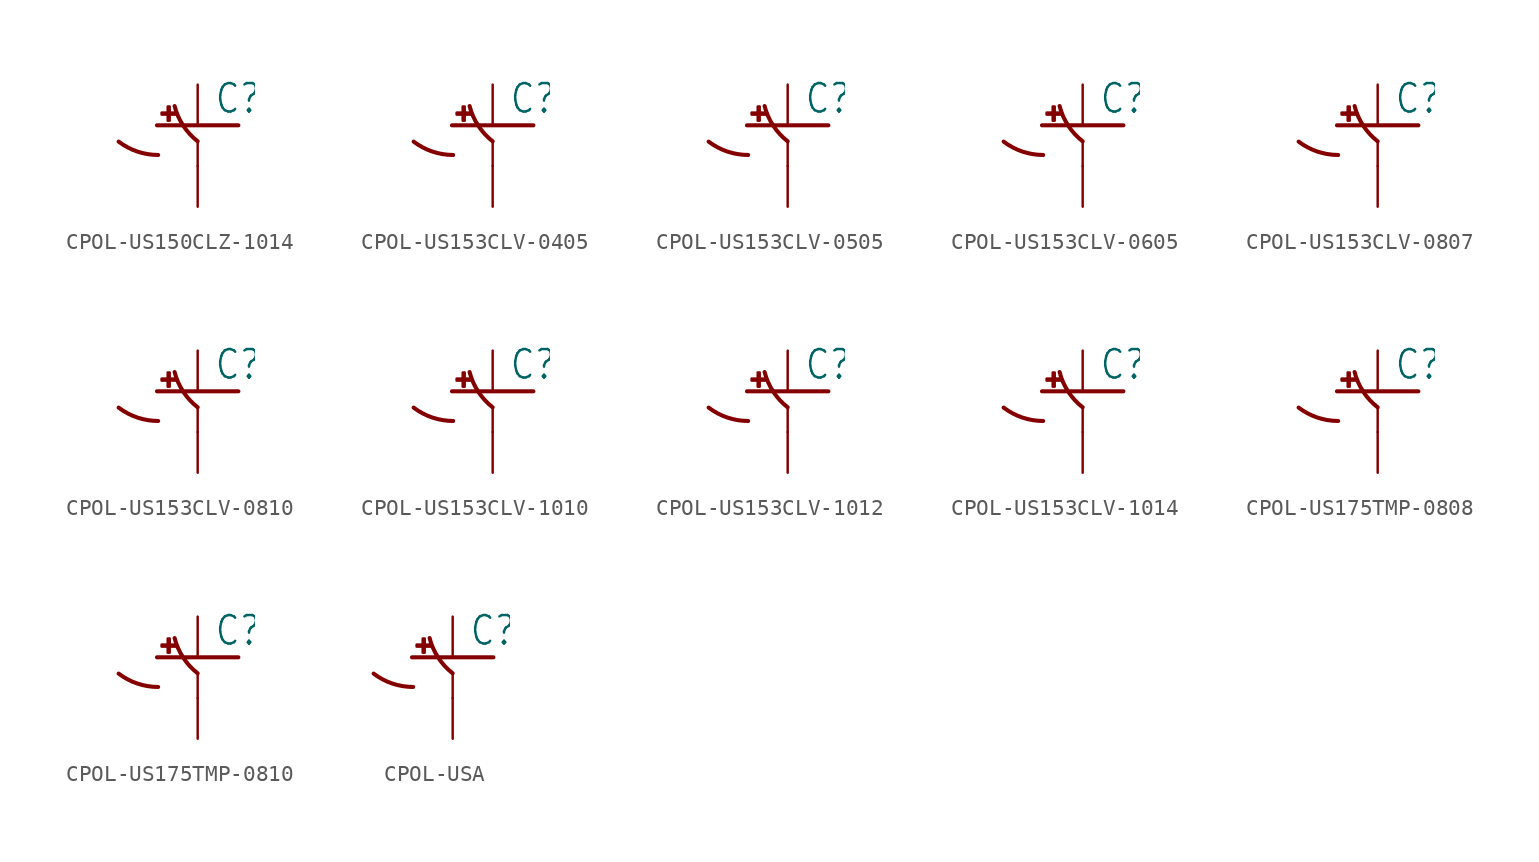
<source format=kicad_sym>
(kicad_symbol_lib
  (version 20241209)
  (generator "kicad_symbol_editor")
  (generator_version "9.0")
  (symbol "CPOL-US150CLZ-1014"
    (property "Reference" "C"
      (at 1.016 0.635 0)
      (effects (font (size 1.778 1.511)) (justify left bottom)))
    (property "Value" ""
      (at 1.016 -4.191 0)
      (effects (font (size 1.778 1.511)) (justify left bottom)))
    (property "ki_locked" ""
      (at 0 0 0)
      (effects (font (size 1.27 1.27))))
    (symbol "CPOL-US150CLZ-1014_1_0"
      (polyline (pts (xy -2.54 0) (xy 2.54 0)) (stroke (width 0.254) (type solid)) (fill (type none)))
      (arc (start -2.4669 -1.8504) (mid -3.7689 -1.6361) (end -4.9337 -1.0159) (stroke (width 0.254) (type solid)) (fill (type none)))
      (rectangle (start -2.253 0.668) (end -1.364 0.795) (stroke (width 0) (type default)) (fill (type outline)))
      (rectangle (start -1.872 0.287) (end -1.745 1.176) (stroke (width 0) (type default)) (fill (type outline)))
      (polyline (pts (xy 0 -1.016) (xy 0 -2.54)) (stroke (width 0.152) (type solid)) (fill (type none)))
      (arc (start 0 -1) (mid -0.9038 -0.0189) (end -1.4403 1.2025) (stroke (width 0.254) (type solid)) (fill (type none)))
      (pin passive line (at 0 2.54 270) (length 2.54) (name "+" (effects (font (size 0 0)))) (number "+" (effects (font (size 0 0)))))
      (pin passive line (at 0 -5.08 90) (length 2.54) (name "-" (effects (font (size 0 0)))) (number "-" (effects (font (size 0 0)))))))
  (symbol "CPOL-US153CLV-0405"
    (property "Reference" "C"
      (at 1.016 0.635 0)
      (effects (font (size 1.778 1.511)) (justify left bottom)))
    (property "Value" ""
      (at 1.016 -4.191 0)
      (effects (font (size 1.778 1.511)) (justify left bottom)))
    (property "ki_locked" ""
      (at 0 0 0)
      (effects (font (size 1.27 1.27))))
    (symbol "CPOL-US153CLV-0405_1_0"
      (polyline (pts (xy -2.54 0) (xy 2.54 0)) (stroke (width 0.254) (type solid)) (fill (type none)))
      (arc (start -2.4669 -1.8504) (mid -3.7689 -1.6361) (end -4.9337 -1.0159) (stroke (width 0.254) (type solid)) (fill (type none)))
      (rectangle (start -2.253 0.668) (end -1.364 0.795) (stroke (width 0) (type default)) (fill (type outline)))
      (rectangle (start -1.872 0.287) (end -1.745 1.176) (stroke (width 0) (type default)) (fill (type outline)))
      (polyline (pts (xy 0 -1.016) (xy 0 -2.54)) (stroke (width 0.152) (type solid)) (fill (type none)))
      (arc (start 0 -1) (mid -0.9038 -0.0189) (end -1.4403 1.2025) (stroke (width 0.254) (type solid)) (fill (type none)))
      (pin passive line (at 0 2.54 270) (length 2.54) (name "+" (effects (font (size 0 0)))) (number "+" (effects (font (size 0 0)))))
      (pin passive line (at 0 -5.08 90) (length 2.54) (name "-" (effects (font (size 0 0)))) (number "-" (effects (font (size 0 0)))))))
  (symbol "CPOL-US153CLV-0505"
    (property "Reference" "C"
      (at 1.016 0.635 0)
      (effects (font (size 1.778 1.511)) (justify left bottom)))
    (property "Value" ""
      (at 1.016 -4.191 0)
      (effects (font (size 1.778 1.511)) (justify left bottom)))
    (property "ki_locked" ""
      (at 0 0 0)
      (effects (font (size 1.27 1.27))))
    (symbol "CPOL-US153CLV-0505_1_0"
      (polyline (pts (xy -2.54 0) (xy 2.54 0)) (stroke (width 0.254) (type solid)) (fill (type none)))
      (arc (start -2.4669 -1.8504) (mid -3.7689 -1.6361) (end -4.9337 -1.0159) (stroke (width 0.254) (type solid)) (fill (type none)))
      (rectangle (start -2.253 0.668) (end -1.364 0.795) (stroke (width 0) (type default)) (fill (type outline)))
      (rectangle (start -1.872 0.287) (end -1.745 1.176) (stroke (width 0) (type default)) (fill (type outline)))
      (polyline (pts (xy 0 -1.016) (xy 0 -2.54)) (stroke (width 0.152) (type solid)) (fill (type none)))
      (arc (start 0 -1) (mid -0.9038 -0.0189) (end -1.4403 1.2025) (stroke (width 0.254) (type solid)) (fill (type none)))
      (pin passive line (at 0 2.54 270) (length 2.54) (name "+" (effects (font (size 0 0)))) (number "+" (effects (font (size 0 0)))))
      (pin passive line (at 0 -5.08 90) (length 2.54) (name "-" (effects (font (size 0 0)))) (number "-" (effects (font (size 0 0)))))))
  (symbol "CPOL-US153CLV-0605"
    (property "Reference" "C"
      (at 1.016 0.635 0)
      (effects (font (size 1.778 1.511)) (justify left bottom)))
    (property "Value" ""
      (at 1.016 -4.191 0)
      (effects (font (size 1.778 1.511)) (justify left bottom)))
    (property "ki_locked" ""
      (at 0 0 0)
      (effects (font (size 1.27 1.27))))
    (symbol "CPOL-US153CLV-0605_1_0"
      (polyline (pts (xy -2.54 0) (xy 2.54 0)) (stroke (width 0.254) (type solid)) (fill (type none)))
      (arc (start -2.4669 -1.8504) (mid -3.7689 -1.6361) (end -4.9337 -1.0159) (stroke (width 0.254) (type solid)) (fill (type none)))
      (rectangle (start -2.253 0.668) (end -1.364 0.795) (stroke (width 0) (type default)) (fill (type outline)))
      (rectangle (start -1.872 0.287) (end -1.745 1.176) (stroke (width 0) (type default)) (fill (type outline)))
      (polyline (pts (xy 0 -1.016) (xy 0 -2.54)) (stroke (width 0.152) (type solid)) (fill (type none)))
      (arc (start 0 -1) (mid -0.9038 -0.0189) (end -1.4403 1.2025) (stroke (width 0.254) (type solid)) (fill (type none)))
      (pin passive line (at 0 2.54 270) (length 2.54) (name "+" (effects (font (size 0 0)))) (number "+" (effects (font (size 0 0)))))
      (pin passive line (at 0 -5.08 90) (length 2.54) (name "-" (effects (font (size 0 0)))) (number "-" (effects (font (size 0 0)))))))
  (symbol "CPOL-US153CLV-0807"
    (property "Reference" "C"
      (at 1.016 0.635 0)
      (effects (font (size 1.778 1.511)) (justify left bottom)))
    (property "Value" ""
      (at 1.016 -4.191 0)
      (effects (font (size 1.778 1.511)) (justify left bottom)))
    (property "ki_locked" ""
      (at 0 0 0)
      (effects (font (size 1.27 1.27))))
    (symbol "CPOL-US153CLV-0807_1_0"
      (polyline (pts (xy -2.54 0) (xy 2.54 0)) (stroke (width 0.254) (type solid)) (fill (type none)))
      (arc (start -2.4669 -1.8504) (mid -3.7689 -1.6361) (end -4.9337 -1.0159) (stroke (width 0.254) (type solid)) (fill (type none)))
      (rectangle (start -2.253 0.668) (end -1.364 0.795) (stroke (width 0) (type default)) (fill (type outline)))
      (rectangle (start -1.872 0.287) (end -1.745 1.176) (stroke (width 0) (type default)) (fill (type outline)))
      (polyline (pts (xy 0 -1.016) (xy 0 -2.54)) (stroke (width 0.152) (type solid)) (fill (type none)))
      (arc (start 0 -1) (mid -0.9038 -0.0189) (end -1.4403 1.2025) (stroke (width 0.254) (type solid)) (fill (type none)))
      (pin passive line (at 0 2.54 270) (length 2.54) (name "+" (effects (font (size 0 0)))) (number "+" (effects (font (size 0 0)))))
      (pin passive line (at 0 -5.08 90) (length 2.54) (name "-" (effects (font (size 0 0)))) (number "-" (effects (font (size 0 0)))))))
  (symbol "CPOL-US153CLV-0810"
    (property "Reference" "C"
      (at 1.016 0.635 0)
      (effects (font (size 1.778 1.511)) (justify left bottom)))
    (property "Value" ""
      (at 1.016 -4.191 0)
      (effects (font (size 1.778 1.511)) (justify left bottom)))
    (property "ki_locked" ""
      (at 0 0 0)
      (effects (font (size 1.27 1.27))))
    (symbol "CPOL-US153CLV-0810_1_0"
      (polyline (pts (xy -2.54 0) (xy 2.54 0)) (stroke (width 0.254) (type solid)) (fill (type none)))
      (arc (start -2.4669 -1.8504) (mid -3.7689 -1.6361) (end -4.9337 -1.0159) (stroke (width 0.254) (type solid)) (fill (type none)))
      (rectangle (start -2.253 0.668) (end -1.364 0.795) (stroke (width 0) (type default)) (fill (type outline)))
      (rectangle (start -1.872 0.287) (end -1.745 1.176) (stroke (width 0) (type default)) (fill (type outline)))
      (polyline (pts (xy 0 -1.016) (xy 0 -2.54)) (stroke (width 0.152) (type solid)) (fill (type none)))
      (arc (start 0 -1) (mid -0.9038 -0.0189) (end -1.4403 1.2025) (stroke (width 0.254) (type solid)) (fill (type none)))
      (pin passive line (at 0 2.54 270) (length 2.54) (name "+" (effects (font (size 0 0)))) (number "+" (effects (font (size 0 0)))))
      (pin passive line (at 0 -5.08 90) (length 2.54) (name "-" (effects (font (size 0 0)))) (number "-" (effects (font (size 0 0)))))))
  (symbol "CPOL-US153CLV-1010"
    (property "Reference" "C"
      (at 1.016 0.635 0)
      (effects (font (size 1.778 1.511)) (justify left bottom)))
    (property "Value" ""
      (at 1.016 -4.191 0)
      (effects (font (size 1.778 1.511)) (justify left bottom)))
    (property "ki_locked" ""
      (at 0 0 0)
      (effects (font (size 1.27 1.27))))
    (symbol "CPOL-US153CLV-1010_1_0"
      (polyline (pts (xy -2.54 0) (xy 2.54 0)) (stroke (width 0.254) (type solid)) (fill (type none)))
      (arc (start -2.4669 -1.8504) (mid -3.7689 -1.6361) (end -4.9337 -1.0159) (stroke (width 0.254) (type solid)) (fill (type none)))
      (rectangle (start -2.253 0.668) (end -1.364 0.795) (stroke (width 0) (type default)) (fill (type outline)))
      (rectangle (start -1.872 0.287) (end -1.745 1.176) (stroke (width 0) (type default)) (fill (type outline)))
      (polyline (pts (xy 0 -1.016) (xy 0 -2.54)) (stroke (width 0.152) (type solid)) (fill (type none)))
      (arc (start 0 -1) (mid -0.9038 -0.0189) (end -1.4403 1.2025) (stroke (width 0.254) (type solid)) (fill (type none)))
      (pin passive line (at 0 2.54 270) (length 2.54) (name "+" (effects (font (size 0 0)))) (number "+" (effects (font (size 0 0)))))
      (pin passive line (at 0 -5.08 90) (length 2.54) (name "-" (effects (font (size 0 0)))) (number "-" (effects (font (size 0 0)))))))
  (symbol "CPOL-US153CLV-1012"
    (property "Reference" "C"
      (at 1.016 0.635 0)
      (effects (font (size 1.778 1.511)) (justify left bottom)))
    (property "Value" ""
      (at 1.016 -4.191 0)
      (effects (font (size 1.778 1.511)) (justify left bottom)))
    (property "ki_locked" ""
      (at 0 0 0)
      (effects (font (size 1.27 1.27))))
    (symbol "CPOL-US153CLV-1012_1_0"
      (polyline (pts (xy -2.54 0) (xy 2.54 0)) (stroke (width 0.254) (type solid)) (fill (type none)))
      (arc (start -2.4669 -1.8504) (mid -3.7689 -1.6361) (end -4.9337 -1.0159) (stroke (width 0.254) (type solid)) (fill (type none)))
      (rectangle (start -2.253 0.668) (end -1.364 0.795) (stroke (width 0) (type default)) (fill (type outline)))
      (rectangle (start -1.872 0.287) (end -1.745 1.176) (stroke (width 0) (type default)) (fill (type outline)))
      (polyline (pts (xy 0 -1.016) (xy 0 -2.54)) (stroke (width 0.152) (type solid)) (fill (type none)))
      (arc (start 0 -1) (mid -0.9038 -0.0189) (end -1.4403 1.2025) (stroke (width 0.254) (type solid)) (fill (type none)))
      (pin passive line (at 0 2.54 270) (length 2.54) (name "+" (effects (font (size 0 0)))) (number "+" (effects (font (size 0 0)))))
      (pin passive line (at 0 -5.08 90) (length 2.54) (name "-" (effects (font (size 0 0)))) (number "-" (effects (font (size 0 0)))))))
  (symbol "CPOL-US153CLV-1014"
    (property "Reference" "C"
      (at 1.016 0.635 0)
      (effects (font (size 1.778 1.511)) (justify left bottom)))
    (property "Value" ""
      (at 1.016 -4.191 0)
      (effects (font (size 1.778 1.511)) (justify left bottom)))
    (property "ki_locked" ""
      (at 0 0 0)
      (effects (font (size 1.27 1.27))))
    (symbol "CPOL-US153CLV-1014_1_0"
      (polyline (pts (xy -2.54 0) (xy 2.54 0)) (stroke (width 0.254) (type solid)) (fill (type none)))
      (arc (start -2.4669 -1.8504) (mid -3.7689 -1.6361) (end -4.9337 -1.0159) (stroke (width 0.254) (type solid)) (fill (type none)))
      (rectangle (start -2.253 0.668) (end -1.364 0.795) (stroke (width 0) (type default)) (fill (type outline)))
      (rectangle (start -1.872 0.287) (end -1.745 1.176) (stroke (width 0) (type default)) (fill (type outline)))
      (polyline (pts (xy 0 -1.016) (xy 0 -2.54)) (stroke (width 0.152) (type solid)) (fill (type none)))
      (arc (start 0 -1) (mid -0.9038 -0.0189) (end -1.4403 1.2025) (stroke (width 0.254) (type solid)) (fill (type none)))
      (pin passive line (at 0 2.54 270) (length 2.54) (name "+" (effects (font (size 0 0)))) (number "+" (effects (font (size 0 0)))))
      (pin passive line (at 0 -5.08 90) (length 2.54) (name "-" (effects (font (size 0 0)))) (number "-" (effects (font (size 0 0)))))))
  (symbol "CPOL-US175TMP-0808"
    (property "Reference" "C"
      (at 1.016 0.635 0)
      (effects (font (size 1.778 1.511)) (justify left bottom)))
    (property "Value" ""
      (at 1.016 -4.191 0)
      (effects (font (size 1.778 1.511)) (justify left bottom)))
    (property "ki_locked" ""
      (at 0 0 0)
      (effects (font (size 1.27 1.27))))
    (symbol "CPOL-US175TMP-0808_1_0"
      (polyline (pts (xy -2.54 0) (xy 2.54 0)) (stroke (width 0.254) (type solid)) (fill (type none)))
      (arc (start -2.4669 -1.8504) (mid -3.7689 -1.6361) (end -4.9337 -1.0159) (stroke (width 0.254) (type solid)) (fill (type none)))
      (rectangle (start -2.253 0.668) (end -1.364 0.795) (stroke (width 0) (type default)) (fill (type outline)))
      (rectangle (start -1.872 0.287) (end -1.745 1.176) (stroke (width 0) (type default)) (fill (type outline)))
      (polyline (pts (xy 0 -1.016) (xy 0 -2.54)) (stroke (width 0.152) (type solid)) (fill (type none)))
      (arc (start 0 -1) (mid -0.9038 -0.0189) (end -1.4403 1.2025) (stroke (width 0.254) (type solid)) (fill (type none)))
      (pin passive line (at 0 2.54 270) (length 2.54) (name "+" (effects (font (size 0 0)))) (number "+" (effects (font (size 0 0)))))
      (pin passive line (at 0 -5.08 90) (length 2.54) (name "-" (effects (font (size 0 0)))) (number "-" (effects (font (size 0 0)))))))
  (symbol "CPOL-US175TMP-0810"
    (property "Reference" "C"
      (at 1.016 0.635 0)
      (effects (font (size 1.778 1.511)) (justify left bottom)))
    (property "Value" ""
      (at 1.016 -4.191 0)
      (effects (font (size 1.778 1.511)) (justify left bottom)))
    (property "ki_locked" ""
      (at 0 0 0)
      (effects (font (size 1.27 1.27))))
    (symbol "CPOL-US175TMP-0810_1_0"
      (polyline (pts (xy -2.54 0) (xy 2.54 0)) (stroke (width 0.254) (type solid)) (fill (type none)))
      (arc (start -2.4669 -1.8504) (mid -3.7689 -1.6361) (end -4.9337 -1.0159) (stroke (width 0.254) (type solid)) (fill (type none)))
      (rectangle (start -2.253 0.668) (end -1.364 0.795) (stroke (width 0) (type default)) (fill (type outline)))
      (rectangle (start -1.872 0.287) (end -1.745 1.176) (stroke (width 0) (type default)) (fill (type outline)))
      (polyline (pts (xy 0 -1.016) (xy 0 -2.54)) (stroke (width 0.152) (type solid)) (fill (type none)))
      (arc (start 0 -1) (mid -0.9038 -0.0189) (end -1.4403 1.2025) (stroke (width 0.254) (type solid)) (fill (type none)))
      (pin passive line (at 0 2.54 270) (length 2.54) (name "+" (effects (font (size 0 0)))) (number "+" (effects (font (size 0 0)))))
      (pin passive line (at 0 -5.08 90) (length 2.54) (name "-" (effects (font (size 0 0)))) (number "-" (effects (font (size 0 0)))))))
  (symbol "CPOL-USA"
    (property "Reference" "C"
      (at 1.016 0.635 0)
      (effects (font (size 1.778 1.511)) (justify left bottom)))
    (property "Value" ""
      (at 1.016 -4.191 0)
      (effects (font (size 1.778 1.511)) (justify left bottom)))
    (property "ki_locked" ""
      (at 0 0 0)
      (effects (font (size 1.27 1.27))))
    (symbol "CPOL-USA_1_0"
      (polyline (pts (xy -2.54 0) (xy 2.54 0)) (stroke (width 0.254) (type solid)) (fill (type none)))
      (arc (start -2.4669 -1.8504) (mid -3.7689 -1.6361) (end -4.9337 -1.0159) (stroke (width 0.254) (type solid)) (fill (type none)))
      (rectangle (start -2.253 0.668) (end -1.364 0.795) (stroke (width 0) (type default)) (fill (type outline)))
      (rectangle (start -1.872 0.287) (end -1.745 1.176) (stroke (width 0) (type default)) (fill (type outline)))
      (polyline (pts (xy 0 -1.016) (xy 0 -2.54)) (stroke (width 0.152) (type solid)) (fill (type none)))
      (arc (start 0 -1) (mid -0.9038 -0.0189) (end -1.4403 1.2025) (stroke (width 0.254) (type solid)) (fill (type none)))
      (pin passive line (at 0 2.54 270) (length 2.54) (name "+" (effects (font (size 0 0)))) (number "+" (effects (font (size 0 0)))))
      (pin passive line (at 0 -5.08 90) (length 2.54) (name "-" (effects (font (size 0 0)))) (number "-" (effects (font (size 0 0))))))))
</source>
